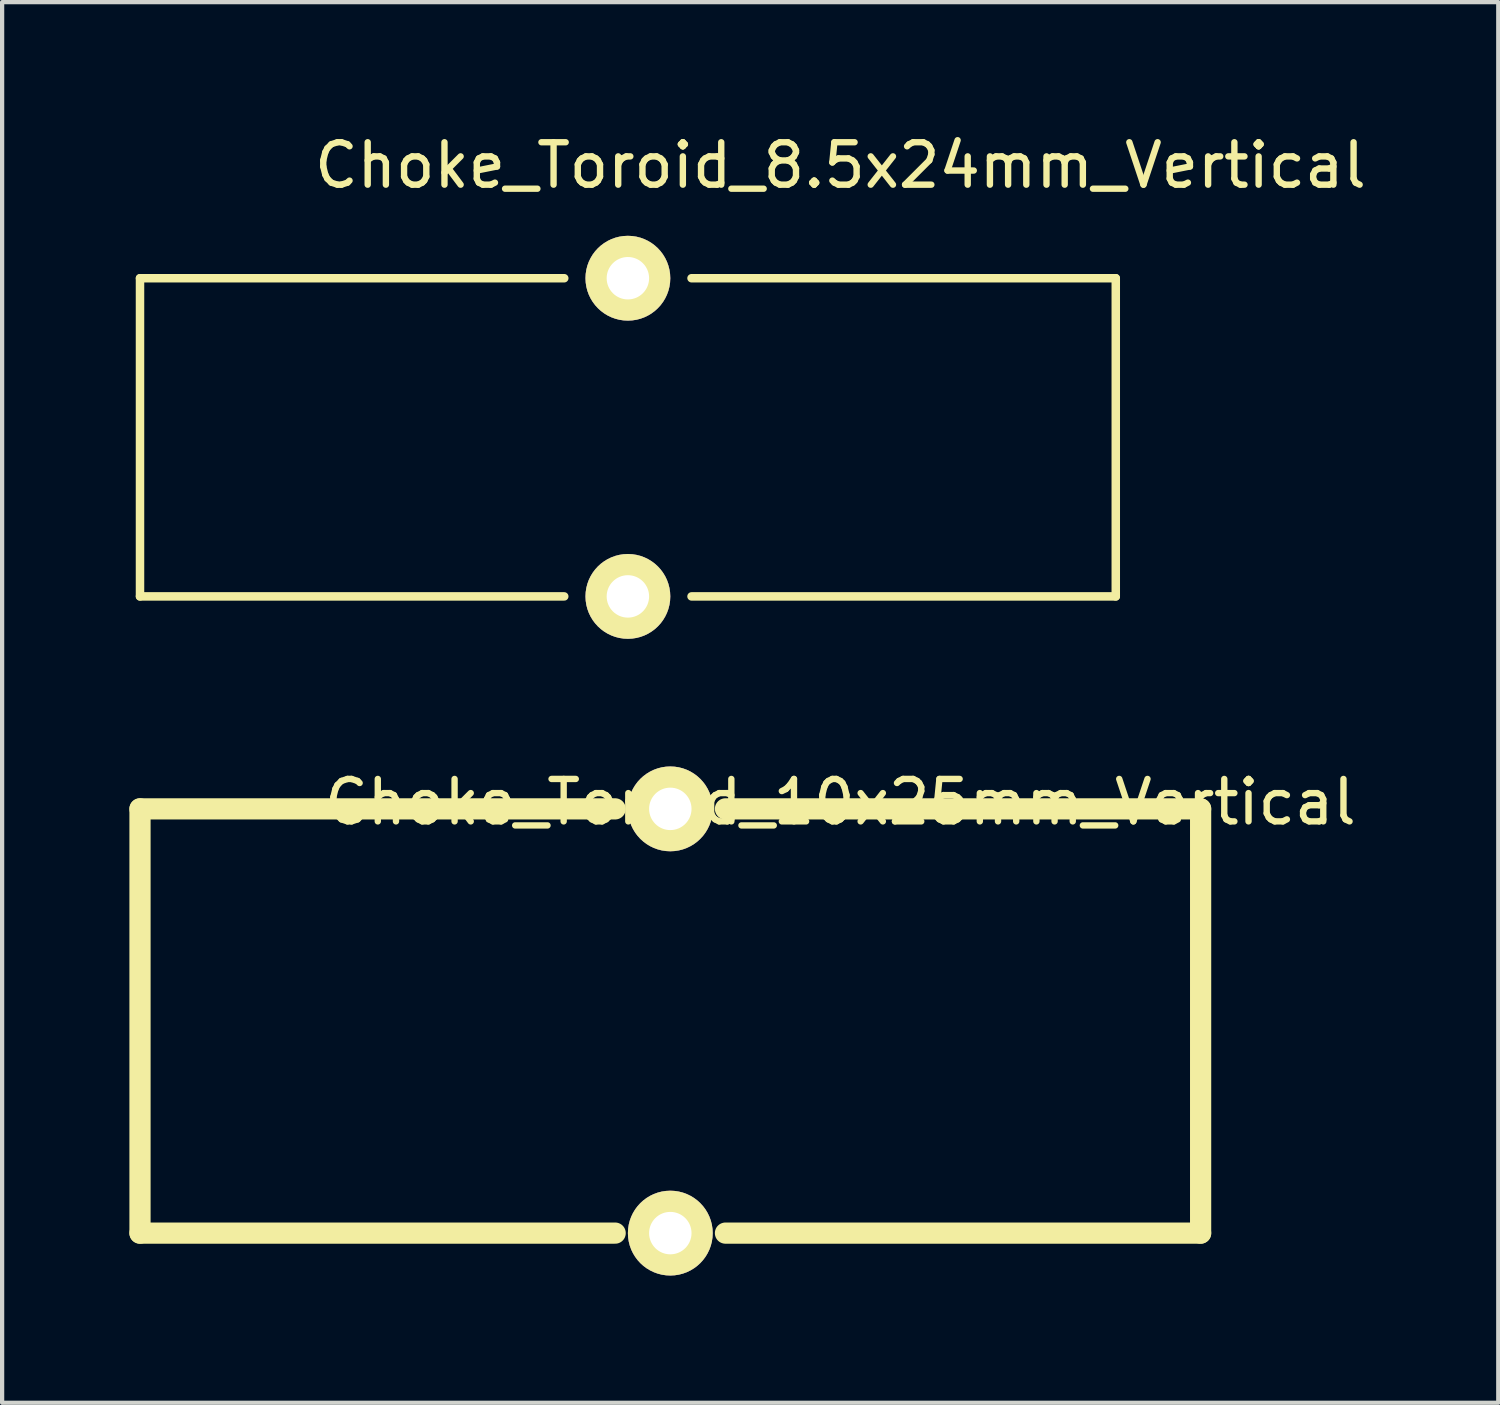
<source format=kicad_pcb>
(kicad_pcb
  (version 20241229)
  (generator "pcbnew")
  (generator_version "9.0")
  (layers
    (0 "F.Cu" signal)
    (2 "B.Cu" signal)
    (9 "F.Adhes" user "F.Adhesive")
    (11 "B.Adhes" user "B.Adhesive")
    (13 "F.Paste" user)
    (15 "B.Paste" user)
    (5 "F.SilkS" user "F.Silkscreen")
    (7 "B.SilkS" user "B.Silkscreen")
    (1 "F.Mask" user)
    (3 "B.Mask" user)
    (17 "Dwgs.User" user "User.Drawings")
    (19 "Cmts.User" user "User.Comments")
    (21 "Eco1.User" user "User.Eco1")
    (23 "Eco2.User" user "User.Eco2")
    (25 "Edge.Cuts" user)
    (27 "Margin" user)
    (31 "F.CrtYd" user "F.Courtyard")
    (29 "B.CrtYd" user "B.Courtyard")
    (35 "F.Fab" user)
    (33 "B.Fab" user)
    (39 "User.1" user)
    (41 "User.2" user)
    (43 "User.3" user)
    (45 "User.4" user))
  (footprint "Choke_Toroid_10x25mm_Vertical"
    (layer "F.Cu")
    (at 0.25 26.016)
    (property "Reference" "Choke_Toroid_10x25mm_Vertical" (at 16.51 -10.16 0) (layer "F.SilkS") (effects (font (size 1 1) (thickness 0.15))))
    (attr through_hole)
    (fp_line (start 0 -10) (end 11.2 -10) (stroke (width 0.5) (type solid)) (layer "F.SilkS"))
    (fp_line (start 0 0) (end 0 -10) (stroke (width 0.5) (type solid)) (layer "F.SilkS"))
    (fp_line (start 0 0) (end 11.2 0) (stroke (width 0.5) (type solid)) (layer "F.SilkS"))
    (fp_line (start 13.8 0) (end 25 0) (stroke (width 0.5) (type solid)) (layer "F.SilkS"))
    (fp_line (start 25 -10) (end 13.8 -10) (stroke (width 0.5) (type solid)) (layer "F.SilkS"))
    (fp_line (start 25 0) (end 25 -10) (stroke (width 0.5) (type solid)) (layer "F.SilkS"))
    (pad "1" thru_hole circle (at 12.5 0) (size 1.999 1.999) (drill 1) (layers "*.Cu" "*.Mask" "F.SilkS"))
    (pad "2" thru_hole circle (at 12.5 -10) (size 1.999 1.999) (drill 1) (layers "*.Cu" "*.Mask" "F.SilkS")))
  (footprint "Choke_Toroid_8.5x24mm_Vertical"
    (layer "F.Cu")
    (at 0.25 11.008)
    (property "Reference" "Choke_Toroid_8.5x24mm_Vertical" (at 16.51 -10.16 0) (layer "F.SilkS") (effects (font (size 1 1) (thickness 0.15))))
    (attr through_hole)
    (fp_line (start 0 -7.5) (end 0 0) (stroke (width 0.2) (type solid)) (layer "F.SilkS"))
    (fp_line (start 0 0) (end 10 0) (stroke (width 0.2) (type solid)) (layer "F.SilkS"))
    (fp_line (start 10 -7.5) (end 0 -7.5) (stroke (width 0.2) (type solid)) (layer "F.SilkS"))
    (fp_line (start 13 0) (end 23 0) (stroke (width 0.2) (type solid)) (layer "F.SilkS"))
    (fp_line (start 23 -7.5) (end 13 -7.5) (stroke (width 0.2) (type solid)) (layer "F.SilkS"))
    (fp_line (start 23 -7.5) (end 23 0) (stroke (width 0.2) (type solid)) (layer "F.SilkS"))
    (pad "1" thru_hole circle (at 11.5 0) (size 1.999 1.999) (drill 1) (layers "*.Cu" "*.Mask" "F.SilkS"))
    (pad "2" thru_hole circle (at 11.5 -7.5) (size 1.999 1.999) (drill 1) (layers "*.Cu" "*.Mask" "F.SilkS")))
  (gr_rect
    (start -3 -3)
    (end 32.266 30.015)
    (stroke (width 0.1) (type default))
    (fill no)
    (layer "Edge.Cuts")))
</source>
